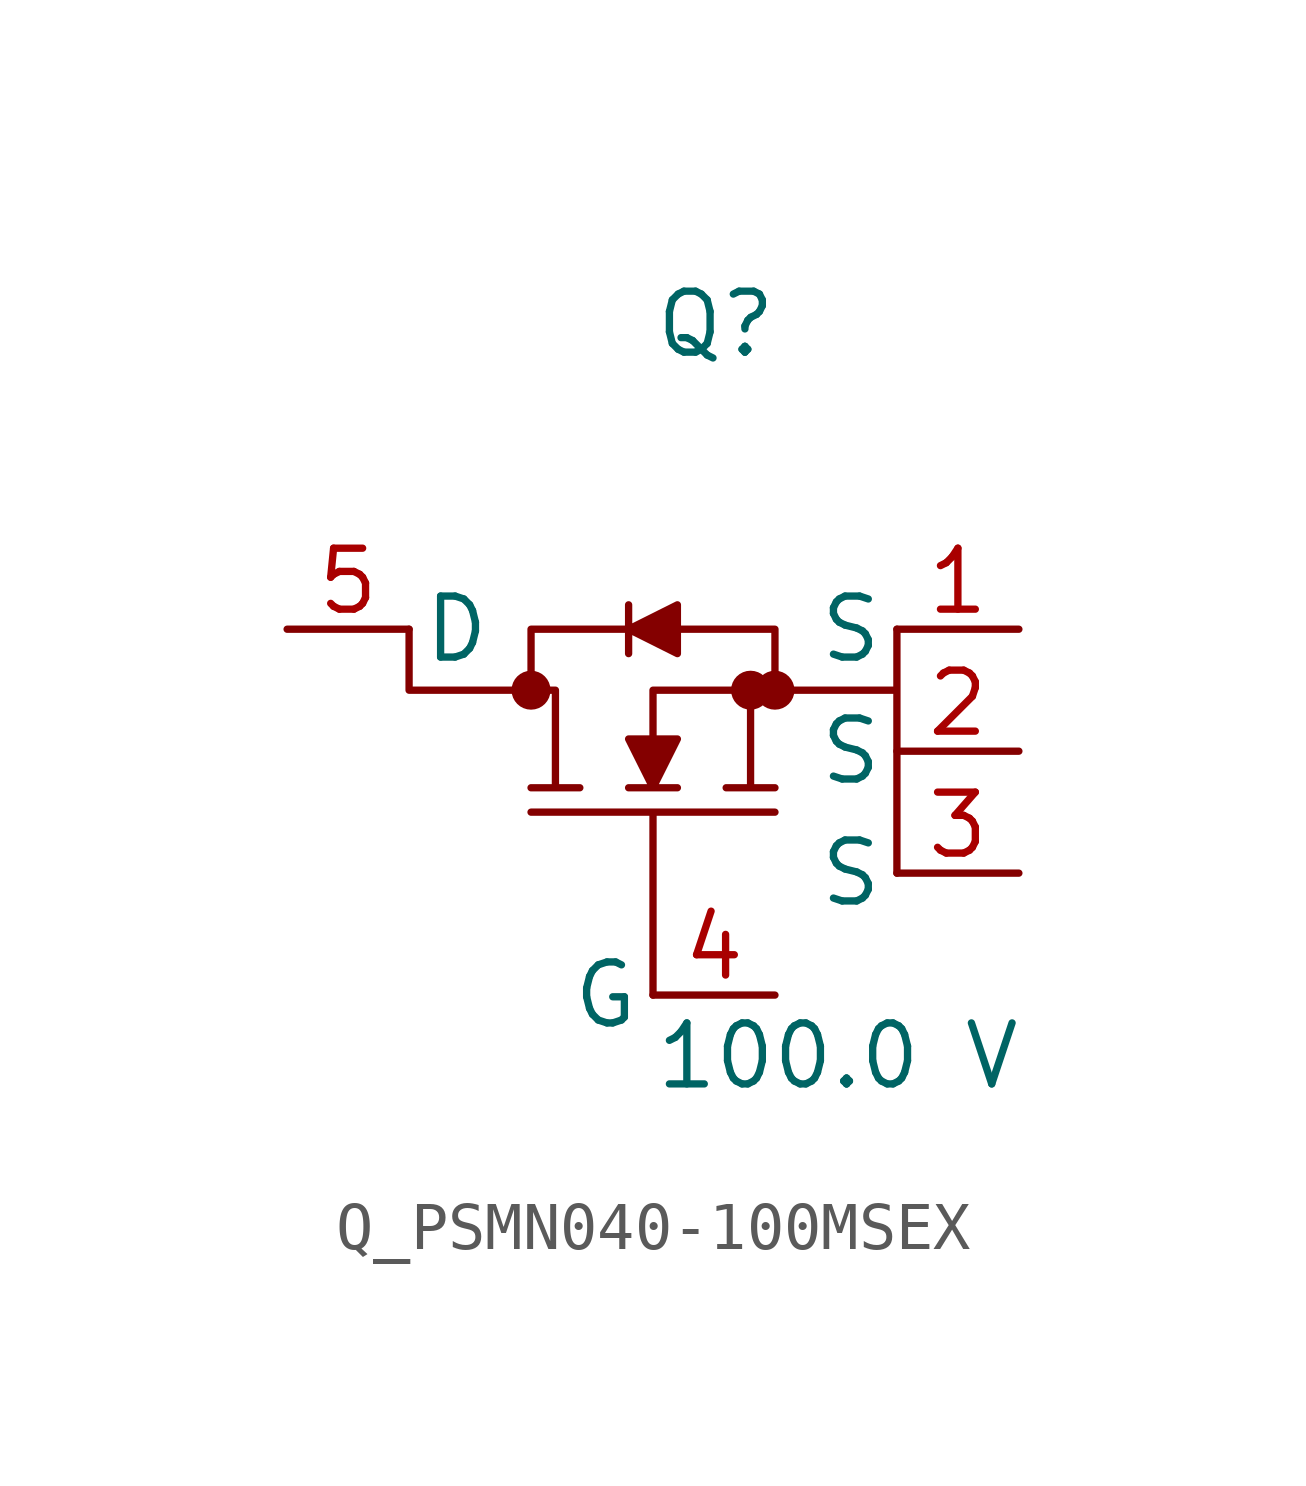
<source format=kicad_sym>
(kicad_symbol_lib
  (version 20231120)
  (generator kicad_symbol_editor)
  (generator_version 8.0)
  (symbol "Q_PSMN040-100MSEX"
    (pin_names
      (offset 0.254))
    (property "Reference" "Q"
      (at 0 7.62 0)
      (effects (font (size 1.27 1.27)) (justify left)))
    (property "Value" "100.0 V"
      (at 0 -7.62 0)
      (effects (font (size 1.27 1.27)) (justify left)))
    (symbol "Q_PSMN040-100MSEX_1_0"
      (polyline (pts (xy 0 -6.35) (xy 0 -2.54) (xy -2.54 -2.54) (xy 2.54 -2.54) (xy 0 -2.54) (xy 0 -6.35)) (stroke (width 0) (type default)) (fill (type none)))
      (polyline (pts (xy 5.08 1.27) (xy 5.08 0.0) (xy 2.54 0.0) (xy 2.54 1.27) (xy 0.508 1.27) (xy 0.508 1.778) (xy -0.508 1.27) (xy -0.508 1.778) (xy -0.508 1.27) (xy -2.54 1.27) (xy -2.54 0.0) (xy -5.08 0.0) (xy -5.08 1.27) (xy -5.08 0.0) (xy -2.032 0.0) (xy -2.032 -2.032) (xy -2.54 -2.032) (xy -1.524 -2.032) (xy -2.032 -2.032) (xy -2.032 0.0) (xy -2.54 0.0) (xy -2.54 1.27) (xy -0.508 1.27) (xy -0.508 0.762) (xy -0.508 1.27) (xy 0.508 0.762) (xy 0.508 1.27) (xy 2.54 1.27) (xy 2.54 0.0) (xy 0 0.0) (xy 0 -1.016) (xy -0.508 -1.016) (xy 0 -2.032) (xy -0.508 -2.032) (xy 0.508 -2.032) (xy 0 -2.032) (xy 0.508 -1.016) (xy 0 -1.016) (xy 0 0.0) (xy 2.032 0.0) (xy 2.032 -2.032) (xy 1.524 -2.032) (xy 2.54 -2.032) (xy 2.032 -2.032) (xy 2.032 0.0) (xy 5.08 0.0) (xy 5.08 -3.81)) (stroke (width 0) (type default)) (fill (type outline)))
      (circle (center -2.54 0.0) (radius 0.025) (stroke (width 0.381) (type default)) (fill (type none)))
      (circle (center 2.032 0.0) (radius 0.025) (stroke (width 0.381) (type default)) (fill (type none)))
      (circle (center 2.54 0.0) (radius 0.025) (stroke (width 0.381) (type default)) (fill (type none)))
      (pin unspecified line (at -7.62 1.27 0) (length 2.54) (name "D" (effects (font (size 1.27 1.27)))) (number "5" (effects (font (size 1.27 1.27)))))
      (pin unspecified line (at 7.62 1.27 180) (length 2.54) (name "S" (effects (font (size 1.27 1.27)))) (number "1" (effects (font (size 1.27 1.27)))))
      (pin unspecified line (at 7.62 -1.27 180) (length 2.54) (name "S" (effects (font (size 1.27 1.27)))) (number "2" (effects (font (size 1.27 1.27)))))
      (pin unspecified line (at 7.62 -3.81 180) (length 2.54) (name "S" (effects (font (size 1.27 1.27)))) (number "3" (effects (font (size 1.27 1.27)))))
      (pin unspecified line (at 2.54 -6.35 180) (length 2.54) (name "G" (effects (font (size 1.27 1.27)))) (number "4" (effects (font (size 1.27 1.27))))))))
</source>
